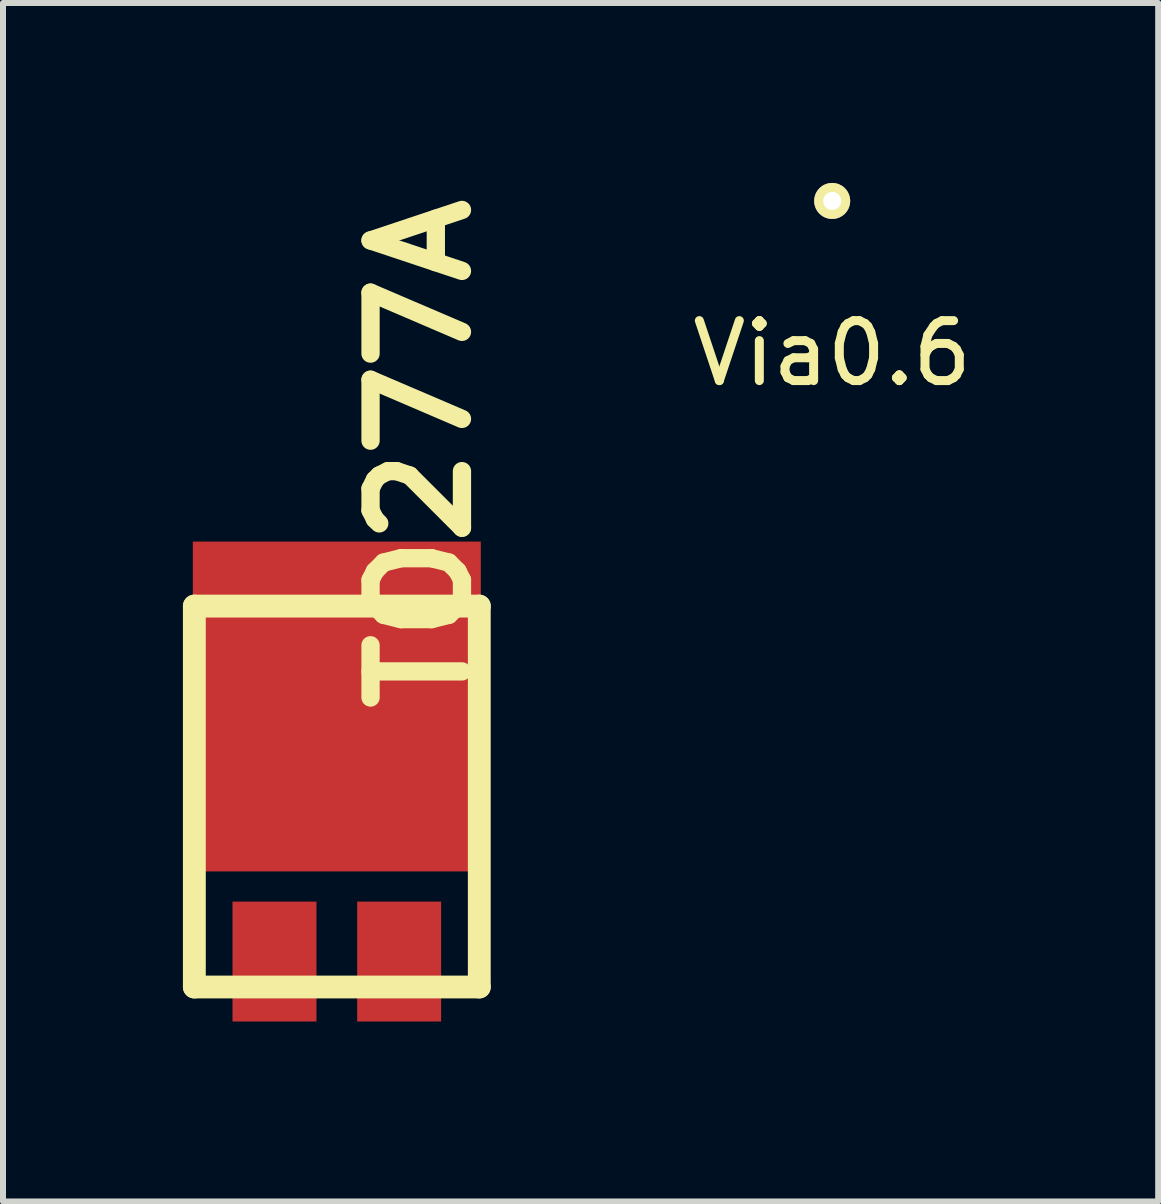
<source format=kicad_pcb>
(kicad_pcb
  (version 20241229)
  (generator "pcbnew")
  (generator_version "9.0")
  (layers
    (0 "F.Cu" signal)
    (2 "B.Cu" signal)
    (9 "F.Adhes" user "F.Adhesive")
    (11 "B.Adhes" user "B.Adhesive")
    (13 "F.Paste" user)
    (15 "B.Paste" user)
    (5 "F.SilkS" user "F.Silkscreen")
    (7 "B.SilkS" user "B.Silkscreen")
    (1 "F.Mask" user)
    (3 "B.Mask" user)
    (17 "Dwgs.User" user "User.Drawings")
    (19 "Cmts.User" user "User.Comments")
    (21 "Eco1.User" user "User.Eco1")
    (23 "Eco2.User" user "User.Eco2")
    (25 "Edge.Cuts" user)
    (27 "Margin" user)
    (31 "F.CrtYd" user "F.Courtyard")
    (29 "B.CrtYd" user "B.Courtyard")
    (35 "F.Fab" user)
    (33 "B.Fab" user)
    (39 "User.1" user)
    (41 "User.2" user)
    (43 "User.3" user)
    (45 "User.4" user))
  (footprint "Via0.6"
    (layer "F.Cu")
    (at 10.823 0.3)
    (property "Reference" "Via0.6" (at 0 2.54 0) (layer "F.SilkS") (effects (font (size 1 1) (thickness 0.15))))
    (attr through_hole)
    (pad "1" thru_hole circle (at 0 0) (size 0.6 0.6) (drill 0.3) (layers "*.Cu" "*.Mask" "F.SilkS")))
  (footprint "TO277A"
    (layer "F.Cu")
    (at 2.565 10.229)
    (property "Reference" "TO277A" (at 1.397 -5.715 90) (layer "F.SilkS") (effects (font (size 1.524 1.524) (thickness 0.305))))
    (attr through_hole)
    (fp_line (start -2.375 -3.175) (end 2.375 -3.175) (stroke (width 0.381) (type solid)) (layer "F.SilkS"))
    (fp_line (start -2.375 3.175) (end -2.375 -3.175) (stroke (width 0.381) (type solid)) (layer "F.SilkS"))
    (fp_line (start 2.375 -3.175) (end 2.375 3.175) (stroke (width 0.381) (type solid)) (layer "F.SilkS"))
    (fp_line (start 2.375 3.175) (end -2.375 3.175) (stroke (width 0.381) (type solid)) (layer "F.SilkS"))
    (pad "1" smd rect (at -1.039 2.751) (size 1.4 1.999) (layers "F.Cu" "F.Mask" "F.Paste"))
    (pad "1" smd rect (at 1.039 2.751) (size 1.4 1.999) (layers "F.Cu" "F.Mask" "F.Paste"))
    (pad "2" smd rect (at 0 -1.501) (size 4.801 5.499) (layers "F.Cu" "F.Mask" "F.Paste")))
  (gr_rect
    (start -3 -3)
    (end 16.258 16.979)
    (stroke (width 0.1) (type default))
    (fill no)
    (layer "Edge.Cuts")))
</source>
